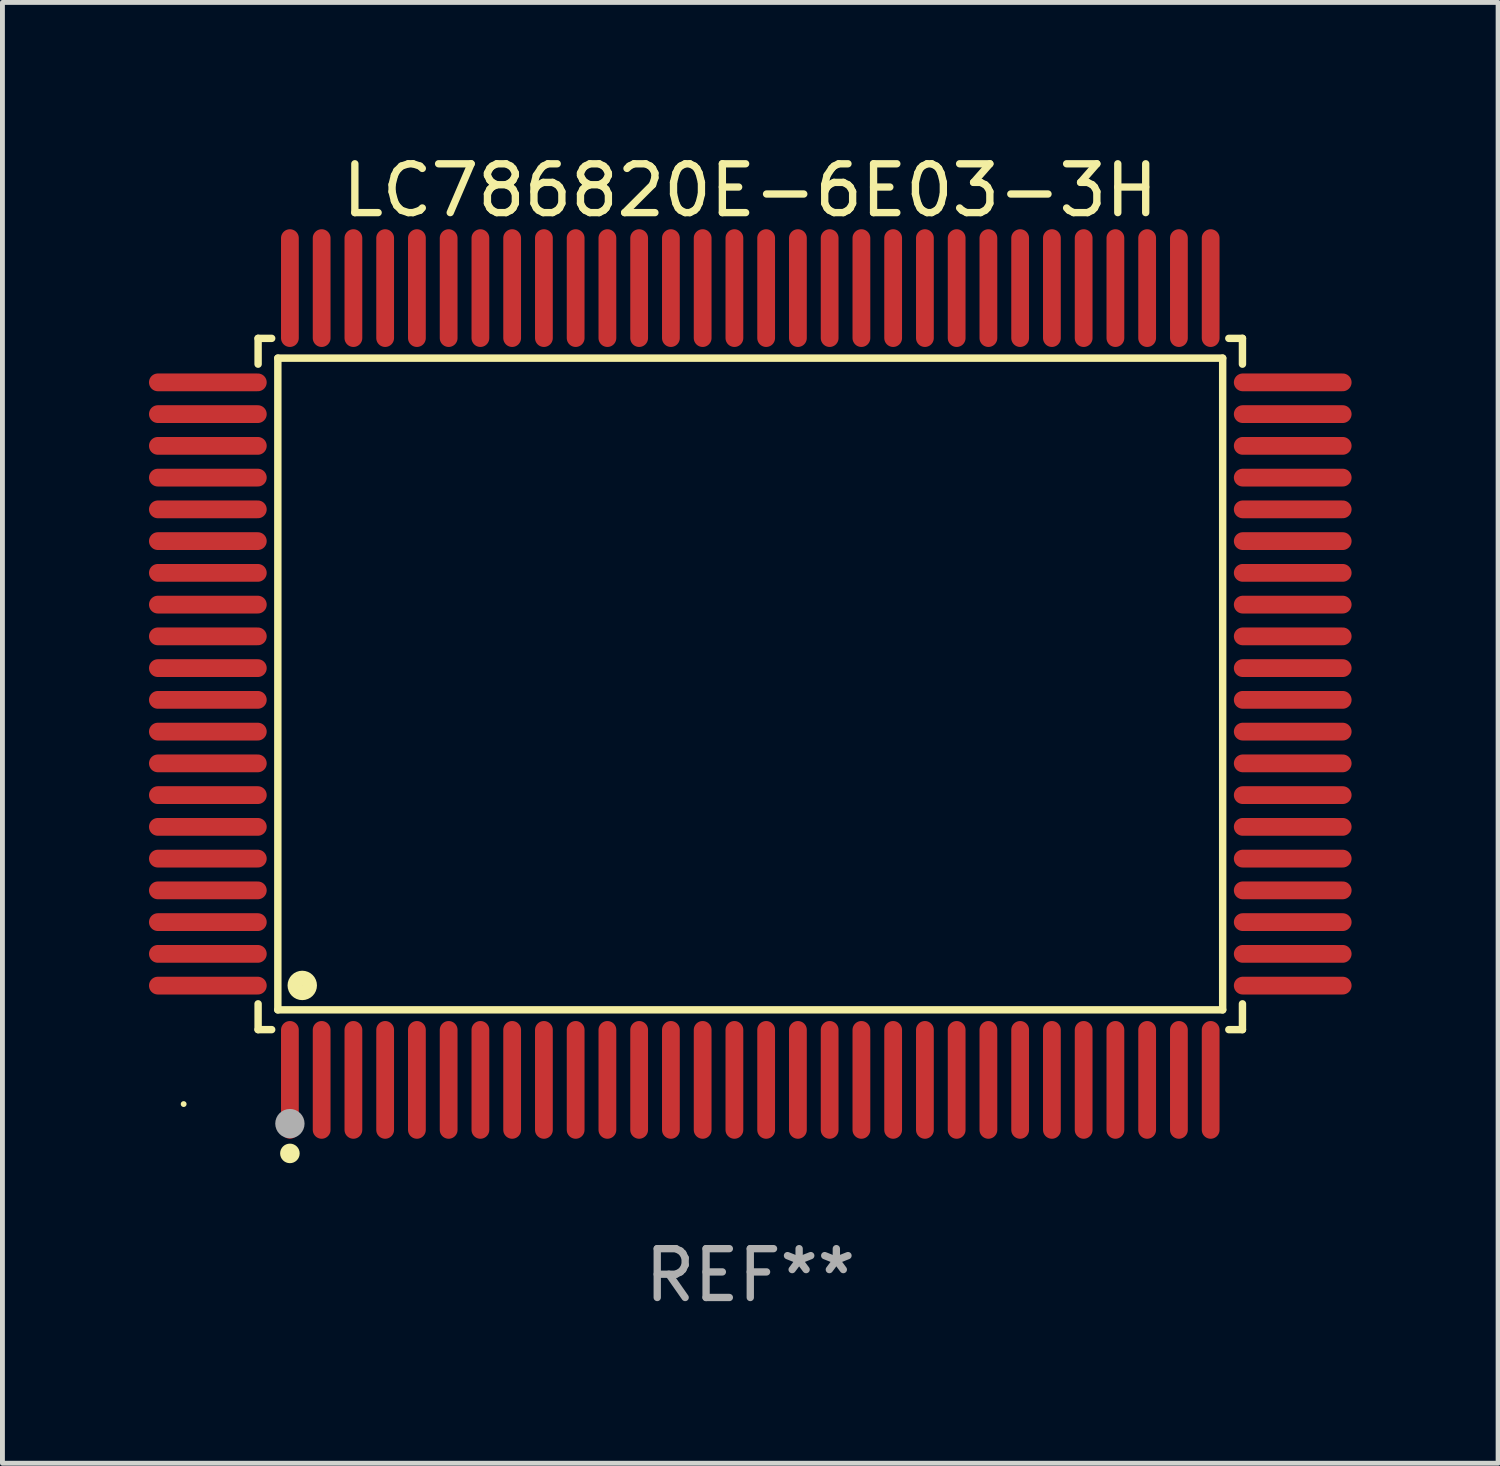
<source format=kicad_pcb>
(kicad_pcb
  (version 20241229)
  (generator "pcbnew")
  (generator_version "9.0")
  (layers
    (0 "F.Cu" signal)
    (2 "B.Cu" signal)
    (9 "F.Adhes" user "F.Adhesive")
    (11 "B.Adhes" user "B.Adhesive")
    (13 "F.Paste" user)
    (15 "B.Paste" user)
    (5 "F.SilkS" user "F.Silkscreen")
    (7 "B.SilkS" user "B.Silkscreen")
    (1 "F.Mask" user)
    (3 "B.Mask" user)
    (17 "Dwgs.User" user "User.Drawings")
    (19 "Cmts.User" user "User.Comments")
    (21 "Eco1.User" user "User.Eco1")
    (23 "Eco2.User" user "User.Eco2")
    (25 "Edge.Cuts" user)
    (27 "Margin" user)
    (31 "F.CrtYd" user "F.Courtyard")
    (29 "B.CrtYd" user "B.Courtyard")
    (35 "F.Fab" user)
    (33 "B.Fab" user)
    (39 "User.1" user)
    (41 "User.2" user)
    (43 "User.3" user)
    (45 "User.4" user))
  (footprint "LC786820E-6E03-3H"
    (layer "F.Cu")
    (at 12.31 10.953)
    (property "Reference" "LC786820E-6E03-3H" (at 0 -10.105 0) (layer "F.SilkS") (effects (font (size 1 1) (thickness 0.15))))
    (attr through_hole)
    (fp_line (start -10.076 -7.076) (end -9.798 -7.076) (stroke (width 0.152) (type solid)) (layer "F.SilkS"))
    (fp_line (start -10.076 -6.548) (end -10.076 -7.076) (stroke (width 0.152) (type solid)) (layer "F.SilkS"))
    (fp_line (start -10.076 6.548) (end -10.076 7.076) (stroke (width 0.152) (type solid)) (layer "F.SilkS"))
    (fp_line (start -10.076 7.076) (end -9.798 7.076) (stroke (width 0.152) (type solid)) (layer "F.SilkS"))
    (fp_line (start -9.672 -6.671) (end 9.671 -6.671) (stroke (width 0.152) (type solid)) (layer "F.SilkS"))
    (fp_line (start -9.672 6.671) (end -9.672 -6.671) (stroke (width 0.152) (type solid)) (layer "F.SilkS"))
    (fp_line (start 9.671 -6.671) (end 9.671 6.671) (stroke (width 0.152) (type solid)) (layer "F.SilkS"))
    (fp_line (start 9.671 6.671) (end -9.672 6.671) (stroke (width 0.152) (type solid)) (layer "F.SilkS"))
    (fp_line (start 10.076 -7.076) (end 9.797 -7.076) (stroke (width 0.152) (type solid)) (layer "F.SilkS"))
    (fp_line (start 10.076 -6.548) (end 10.076 -7.076) (stroke (width 0.152) (type solid)) (layer "F.SilkS"))
    (fp_line (start 10.076 6.548) (end 10.076 7.076) (stroke (width 0.152) (type solid)) (layer "F.SilkS"))
    (fp_line (start 10.076 7.076) (end 9.797 7.076) (stroke (width 0.152) (type solid)) (layer "F.SilkS"))
    (fp_circle (center -11.6 8.6) (end -11.57 8.6) (stroke (width 0.06) (type solid)) (fill no) (layer "F.SilkS"))
    (fp_circle (center -9.425 9.61) (end -9.325 9.61) (stroke (width 0.2) (type solid)) (fill no) (layer "F.SilkS"))
    (fp_circle (center -9.172 6.171) (end -9.021 6.171) (stroke (width 0.3) (type solid)) (fill no) (layer "F.SilkS"))
    (fp_circle (center -9.425 9) (end -9.275 9) (stroke (width 0.3) (type solid)) (fill no) (layer "F.Fab"))
    (fp_text user "REF**" (at 0 12.105 0) (layer "F.Fab") (effects (font (size 1 1) (thickness 0.15))))
    (pad "1" smd oval (at -9.425 8.105) (size 0.364 2.41) (layers "F.Cu" "F.Mask" "F.Paste"))
    (pad "2" smd oval (at -8.775 8.105) (size 0.364 2.41) (layers "F.Cu" "F.Mask" "F.Paste"))
    (pad "3" smd oval (at -8.125 8.105) (size 0.364 2.41) (layers "F.Cu" "F.Mask" "F.Paste"))
    (pad "4" smd oval (at -7.475 8.105) (size 0.364 2.41) (layers "F.Cu" "F.Mask" "F.Paste"))
    (pad "5" smd oval (at -6.825 8.105) (size 0.364 2.41) (layers "F.Cu" "F.Mask" "F.Paste"))
    (pad "6" smd oval (at -6.175 8.105) (size 0.364 2.41) (layers "F.Cu" "F.Mask" "F.Paste"))
    (pad "7" smd oval (at -5.525 8.105) (size 0.364 2.41) (layers "F.Cu" "F.Mask" "F.Paste"))
    (pad "8" smd oval (at -4.875 8.105) (size 0.364 2.41) (layers "F.Cu" "F.Mask" "F.Paste"))
    (pad "9" smd oval (at -4.225 8.105) (size 0.364 2.41) (layers "F.Cu" "F.Mask" "F.Paste"))
    (pad "10" smd oval (at -3.575 8.105) (size 0.364 2.41) (layers "F.Cu" "F.Mask" "F.Paste"))
    (pad "11" smd oval (at -2.925 8.105) (size 0.364 2.41) (layers "F.Cu" "F.Mask" "F.Paste"))
    (pad "12" smd oval (at -2.275 8.105) (size 0.364 2.41) (layers "F.Cu" "F.Mask" "F.Paste"))
    (pad "13" smd oval (at -1.625 8.105) (size 0.364 2.41) (layers "F.Cu" "F.Mask" "F.Paste"))
    (pad "14" smd oval (at -0.975 8.105) (size 0.364 2.41) (layers "F.Cu" "F.Mask" "F.Paste"))
    (pad "15" smd oval (at -0.325 8.105) (size 0.364 2.41) (layers "F.Cu" "F.Mask" "F.Paste"))
    (pad "16" smd oval (at 0.325 8.105) (size 0.364 2.41) (layers "F.Cu" "F.Mask" "F.Paste"))
    (pad "17" smd oval (at 0.975 8.105) (size 0.364 2.41) (layers "F.Cu" "F.Mask" "F.Paste"))
    (pad "18" smd oval (at 1.625 8.105) (size 0.364 2.41) (layers "F.Cu" "F.Mask" "F.Paste"))
    (pad "19" smd oval (at 2.275 8.105) (size 0.364 2.41) (layers "F.Cu" "F.Mask" "F.Paste"))
    (pad "20" smd oval (at 2.925 8.105) (size 0.364 2.41) (layers "F.Cu" "F.Mask" "F.Paste"))
    (pad "21" smd oval (at 3.575 8.105) (size 0.364 2.41) (layers "F.Cu" "F.Mask" "F.Paste"))
    (pad "22" smd oval (at 4.225 8.105) (size 0.364 2.41) (layers "F.Cu" "F.Mask" "F.Paste"))
    (pad "23" smd oval (at 4.875 8.105) (size 0.364 2.41) (layers "F.Cu" "F.Mask" "F.Paste"))
    (pad "24" smd oval (at 5.525 8.105) (size 0.364 2.41) (layers "F.Cu" "F.Mask" "F.Paste"))
    (pad "25" smd oval (at 6.175 8.105) (size 0.364 2.41) (layers "F.Cu" "F.Mask" "F.Paste"))
    (pad "26" smd oval (at 6.825 8.105) (size 0.364 2.41) (layers "F.Cu" "F.Mask" "F.Paste"))
    (pad "27" smd oval (at 7.475 8.105) (size 0.364 2.41) (layers "F.Cu" "F.Mask" "F.Paste"))
    (pad "28" smd oval (at 8.125 8.105) (size 0.364 2.41) (layers "F.Cu" "F.Mask" "F.Paste"))
    (pad "29" smd oval (at 8.775 8.105) (size 0.364 2.41) (layers "F.Cu" "F.Mask" "F.Paste"))
    (pad "30" smd oval (at 9.425 8.105) (size 0.364 2.41) (layers "F.Cu" "F.Mask" "F.Paste"))
    (pad "31" smd oval (at 11.105 6.175) (size 2.41 0.364) (layers "F.Cu" "F.Mask" "F.Paste"))
    (pad "32" smd oval (at 11.105 5.525) (size 2.41 0.364) (layers "F.Cu" "F.Mask" "F.Paste"))
    (pad "33" smd oval (at 11.105 4.875) (size 2.41 0.364) (layers "F.Cu" "F.Mask" "F.Paste"))
    (pad "34" smd oval (at 11.105 4.225) (size 2.41 0.364) (layers "F.Cu" "F.Mask" "F.Paste"))
    (pad "35" smd oval (at 11.105 3.575) (size 2.41 0.364) (layers "F.Cu" "F.Mask" "F.Paste"))
    (pad "36" smd oval (at 11.105 2.925) (size 2.41 0.364) (layers "F.Cu" "F.Mask" "F.Paste"))
    (pad "37" smd oval (at 11.105 2.275) (size 2.41 0.364) (layers "F.Cu" "F.Mask" "F.Paste"))
    (pad "38" smd oval (at 11.105 1.625) (size 2.41 0.364) (layers "F.Cu" "F.Mask" "F.Paste"))
    (pad "39" smd oval (at 11.105 0.975) (size 2.41 0.364) (layers "F.Cu" "F.Mask" "F.Paste"))
    (pad "40" smd oval (at 11.105 0.325) (size 2.41 0.364) (layers "F.Cu" "F.Mask" "F.Paste"))
    (pad "41" smd oval (at 11.105 -0.325) (size 2.41 0.364) (layers "F.Cu" "F.Mask" "F.Paste"))
    (pad "42" smd oval (at 11.105 -0.975) (size 2.41 0.364) (layers "F.Cu" "F.Mask" "F.Paste"))
    (pad "43" smd oval (at 11.105 -1.625) (size 2.41 0.364) (layers "F.Cu" "F.Mask" "F.Paste"))
    (pad "44" smd oval (at 11.105 -2.275) (size 2.41 0.364) (layers "F.Cu" "F.Mask" "F.Paste"))
    (pad "45" smd oval (at 11.105 -2.925) (size 2.41 0.364) (layers "F.Cu" "F.Mask" "F.Paste"))
    (pad "46" smd oval (at 11.105 -3.575) (size 2.41 0.364) (layers "F.Cu" "F.Mask" "F.Paste"))
    (pad "47" smd oval (at 11.105 -4.225) (size 2.41 0.364) (layers "F.Cu" "F.Mask" "F.Paste"))
    (pad "48" smd oval (at 11.105 -4.875) (size 2.41 0.364) (layers "F.Cu" "F.Mask" "F.Paste"))
    (pad "49" smd oval (at 11.105 -5.525) (size 2.41 0.364) (layers "F.Cu" "F.Mask" "F.Paste"))
    (pad "50" smd oval (at 11.105 -6.175) (size 2.41 0.364) (layers "F.Cu" "F.Mask" "F.Paste"))
    (pad "51" smd oval (at 9.425 -8.105) (size 0.364 2.41) (layers "F.Cu" "F.Mask" "F.Paste"))
    (pad "52" smd oval (at 8.775 -8.105) (size 0.364 2.41) (layers "F.Cu" "F.Mask" "F.Paste"))
    (pad "53" smd oval (at 8.125 -8.105) (size 0.364 2.41) (layers "F.Cu" "F.Mask" "F.Paste"))
    (pad "54" smd oval (at 7.475 -8.105) (size 0.364 2.41) (layers "F.Cu" "F.Mask" "F.Paste"))
    (pad "55" smd oval (at 6.825 -8.105) (size 0.364 2.41) (layers "F.Cu" "F.Mask" "F.Paste"))
    (pad "56" smd oval (at 6.175 -8.105) (size 0.364 2.41) (layers "F.Cu" "F.Mask" "F.Paste"))
    (pad "57" smd oval (at 5.525 -8.105) (size 0.364 2.41) (layers "F.Cu" "F.Mask" "F.Paste"))
    (pad "58" smd oval (at 4.875 -8.105) (size 0.364 2.41) (layers "F.Cu" "F.Mask" "F.Paste"))
    (pad "59" smd oval (at 4.225 -8.105) (size 0.364 2.41) (layers "F.Cu" "F.Mask" "F.Paste"))
    (pad "60" smd oval (at 3.575 -8.105) (size 0.364 2.41) (layers "F.Cu" "F.Mask" "F.Paste"))
    (pad "61" smd oval (at 2.925 -8.105) (size 0.364 2.41) (layers "F.Cu" "F.Mask" "F.Paste"))
    (pad "62" smd oval (at 2.275 -8.105) (size 0.364 2.41) (layers "F.Cu" "F.Mask" "F.Paste"))
    (pad "63" smd oval (at 1.625 -8.105) (size 0.364 2.41) (layers "F.Cu" "F.Mask" "F.Paste"))
    (pad "64" smd oval (at 0.975 -8.105) (size 0.364 2.41) (layers "F.Cu" "F.Mask" "F.Paste"))
    (pad "65" smd oval (at 0.325 -8.105) (size 0.364 2.41) (layers "F.Cu" "F.Mask" "F.Paste"))
    (pad "66" smd oval (at -0.325 -8.105) (size 0.364 2.41) (layers "F.Cu" "F.Mask" "F.Paste"))
    (pad "67" smd oval (at -0.975 -8.105) (size 0.364 2.41) (layers "F.Cu" "F.Mask" "F.Paste"))
    (pad "68" smd oval (at -1.625 -8.105) (size 0.364 2.41) (layers "F.Cu" "F.Mask" "F.Paste"))
    (pad "69" smd oval (at -2.275 -8.105) (size 0.364 2.41) (layers "F.Cu" "F.Mask" "F.Paste"))
    (pad "70" smd oval (at -2.925 -8.105) (size 0.364 2.41) (layers "F.Cu" "F.Mask" "F.Paste"))
    (pad "71" smd oval (at -3.575 -8.105) (size 0.364 2.41) (layers "F.Cu" "F.Mask" "F.Paste"))
    (pad "72" smd oval (at -4.225 -8.105) (size 0.364 2.41) (layers "F.Cu" "F.Mask" "F.Paste"))
    (pad "73" smd oval (at -4.875 -8.105) (size 0.364 2.41) (layers "F.Cu" "F.Mask" "F.Paste"))
    (pad "74" smd oval (at -5.525 -8.105) (size 0.364 2.41) (layers "F.Cu" "F.Mask" "F.Paste"))
    (pad "75" smd oval (at -6.175 -8.105) (size 0.364 2.41) (layers "F.Cu" "F.Mask" "F.Paste"))
    (pad "76" smd oval (at -6.825 -8.105) (size 0.364 2.41) (layers "F.Cu" "F.Mask" "F.Paste"))
    (pad "77" smd oval (at -7.475 -8.105) (size 0.364 2.41) (layers "F.Cu" "F.Mask" "F.Paste"))
    (pad "78" smd oval (at -8.125 -8.105) (size 0.364 2.41) (layers "F.Cu" "F.Mask" "F.Paste"))
    (pad "79" smd oval (at -8.775 -8.105) (size 0.364 2.41) (layers "F.Cu" "F.Mask" "F.Paste"))
    (pad "80" smd oval (at -9.425 -8.105) (size 0.364 2.41) (layers "F.Cu" "F.Mask" "F.Paste"))
    (pad "81" smd oval (at -11.105 -6.175) (size 2.41 0.364) (layers "F.Cu" "F.Mask" "F.Paste"))
    (pad "82" smd oval (at -11.105 -5.525) (size 2.41 0.364) (layers "F.Cu" "F.Mask" "F.Paste"))
    (pad "83" smd oval (at -11.105 -4.875) (size 2.41 0.364) (layers "F.Cu" "F.Mask" "F.Paste"))
    (pad "84" smd oval (at -11.105 -4.225) (size 2.41 0.364) (layers "F.Cu" "F.Mask" "F.Paste"))
    (pad "85" smd oval (at -11.105 -3.575) (size 2.41 0.364) (layers "F.Cu" "F.Mask" "F.Paste"))
    (pad "86" smd oval (at -11.105 -2.925) (size 2.41 0.364) (layers "F.Cu" "F.Mask" "F.Paste"))
    (pad "87" smd oval (at -11.105 -2.275) (size 2.41 0.364) (layers "F.Cu" "F.Mask" "F.Paste"))
    (pad "88" smd oval (at -11.105 -1.625) (size 2.41 0.364) (layers "F.Cu" "F.Mask" "F.Paste"))
    (pad "89" smd oval (at -11.105 -0.975) (size 2.41 0.364) (layers "F.Cu" "F.Mask" "F.Paste"))
    (pad "90" smd oval (at -11.105 -0.325) (size 2.41 0.364) (layers "F.Cu" "F.Mask" "F.Paste"))
    (pad "91" smd oval (at -11.105 0.325) (size 2.41 0.364) (layers "F.Cu" "F.Mask" "F.Paste"))
    (pad "92" smd oval (at -11.105 0.975) (size 2.41 0.364) (layers "F.Cu" "F.Mask" "F.Paste"))
    (pad "93" smd oval (at -11.105 1.625) (size 2.41 0.364) (layers "F.Cu" "F.Mask" "F.Paste"))
    (pad "94" smd oval (at -11.105 2.275) (size 2.41 0.364) (layers "F.Cu" "F.Mask" "F.Paste"))
    (pad "95" smd oval (at -11.105 2.925) (size 2.41 0.364) (layers "F.Cu" "F.Mask" "F.Paste"))
    (pad "96" smd oval (at -11.105 3.575) (size 2.41 0.364) (layers "F.Cu" "F.Mask" "F.Paste"))
    (pad "97" smd oval (at -11.105 4.225) (size 2.41 0.364) (layers "F.Cu" "F.Mask" "F.Paste"))
    (pad "98" smd oval (at -11.105 4.875) (size 2.41 0.364) (layers "F.Cu" "F.Mask" "F.Paste"))
    (pad "99" smd oval (at -11.105 5.525) (size 2.41 0.364) (layers "F.Cu" "F.Mask" "F.Paste"))
    (pad "100" smd oval (at -11.105 6.175) (size 2.41 0.364) (layers "F.Cu" "F.Mask" "F.Paste")))
  (gr_rect
    (start -3 -3)
    (end 27.62 26.906)
    (stroke (width 0.1) (type default))
    (fill no)
    (layer "Edge.Cuts")))
</source>
